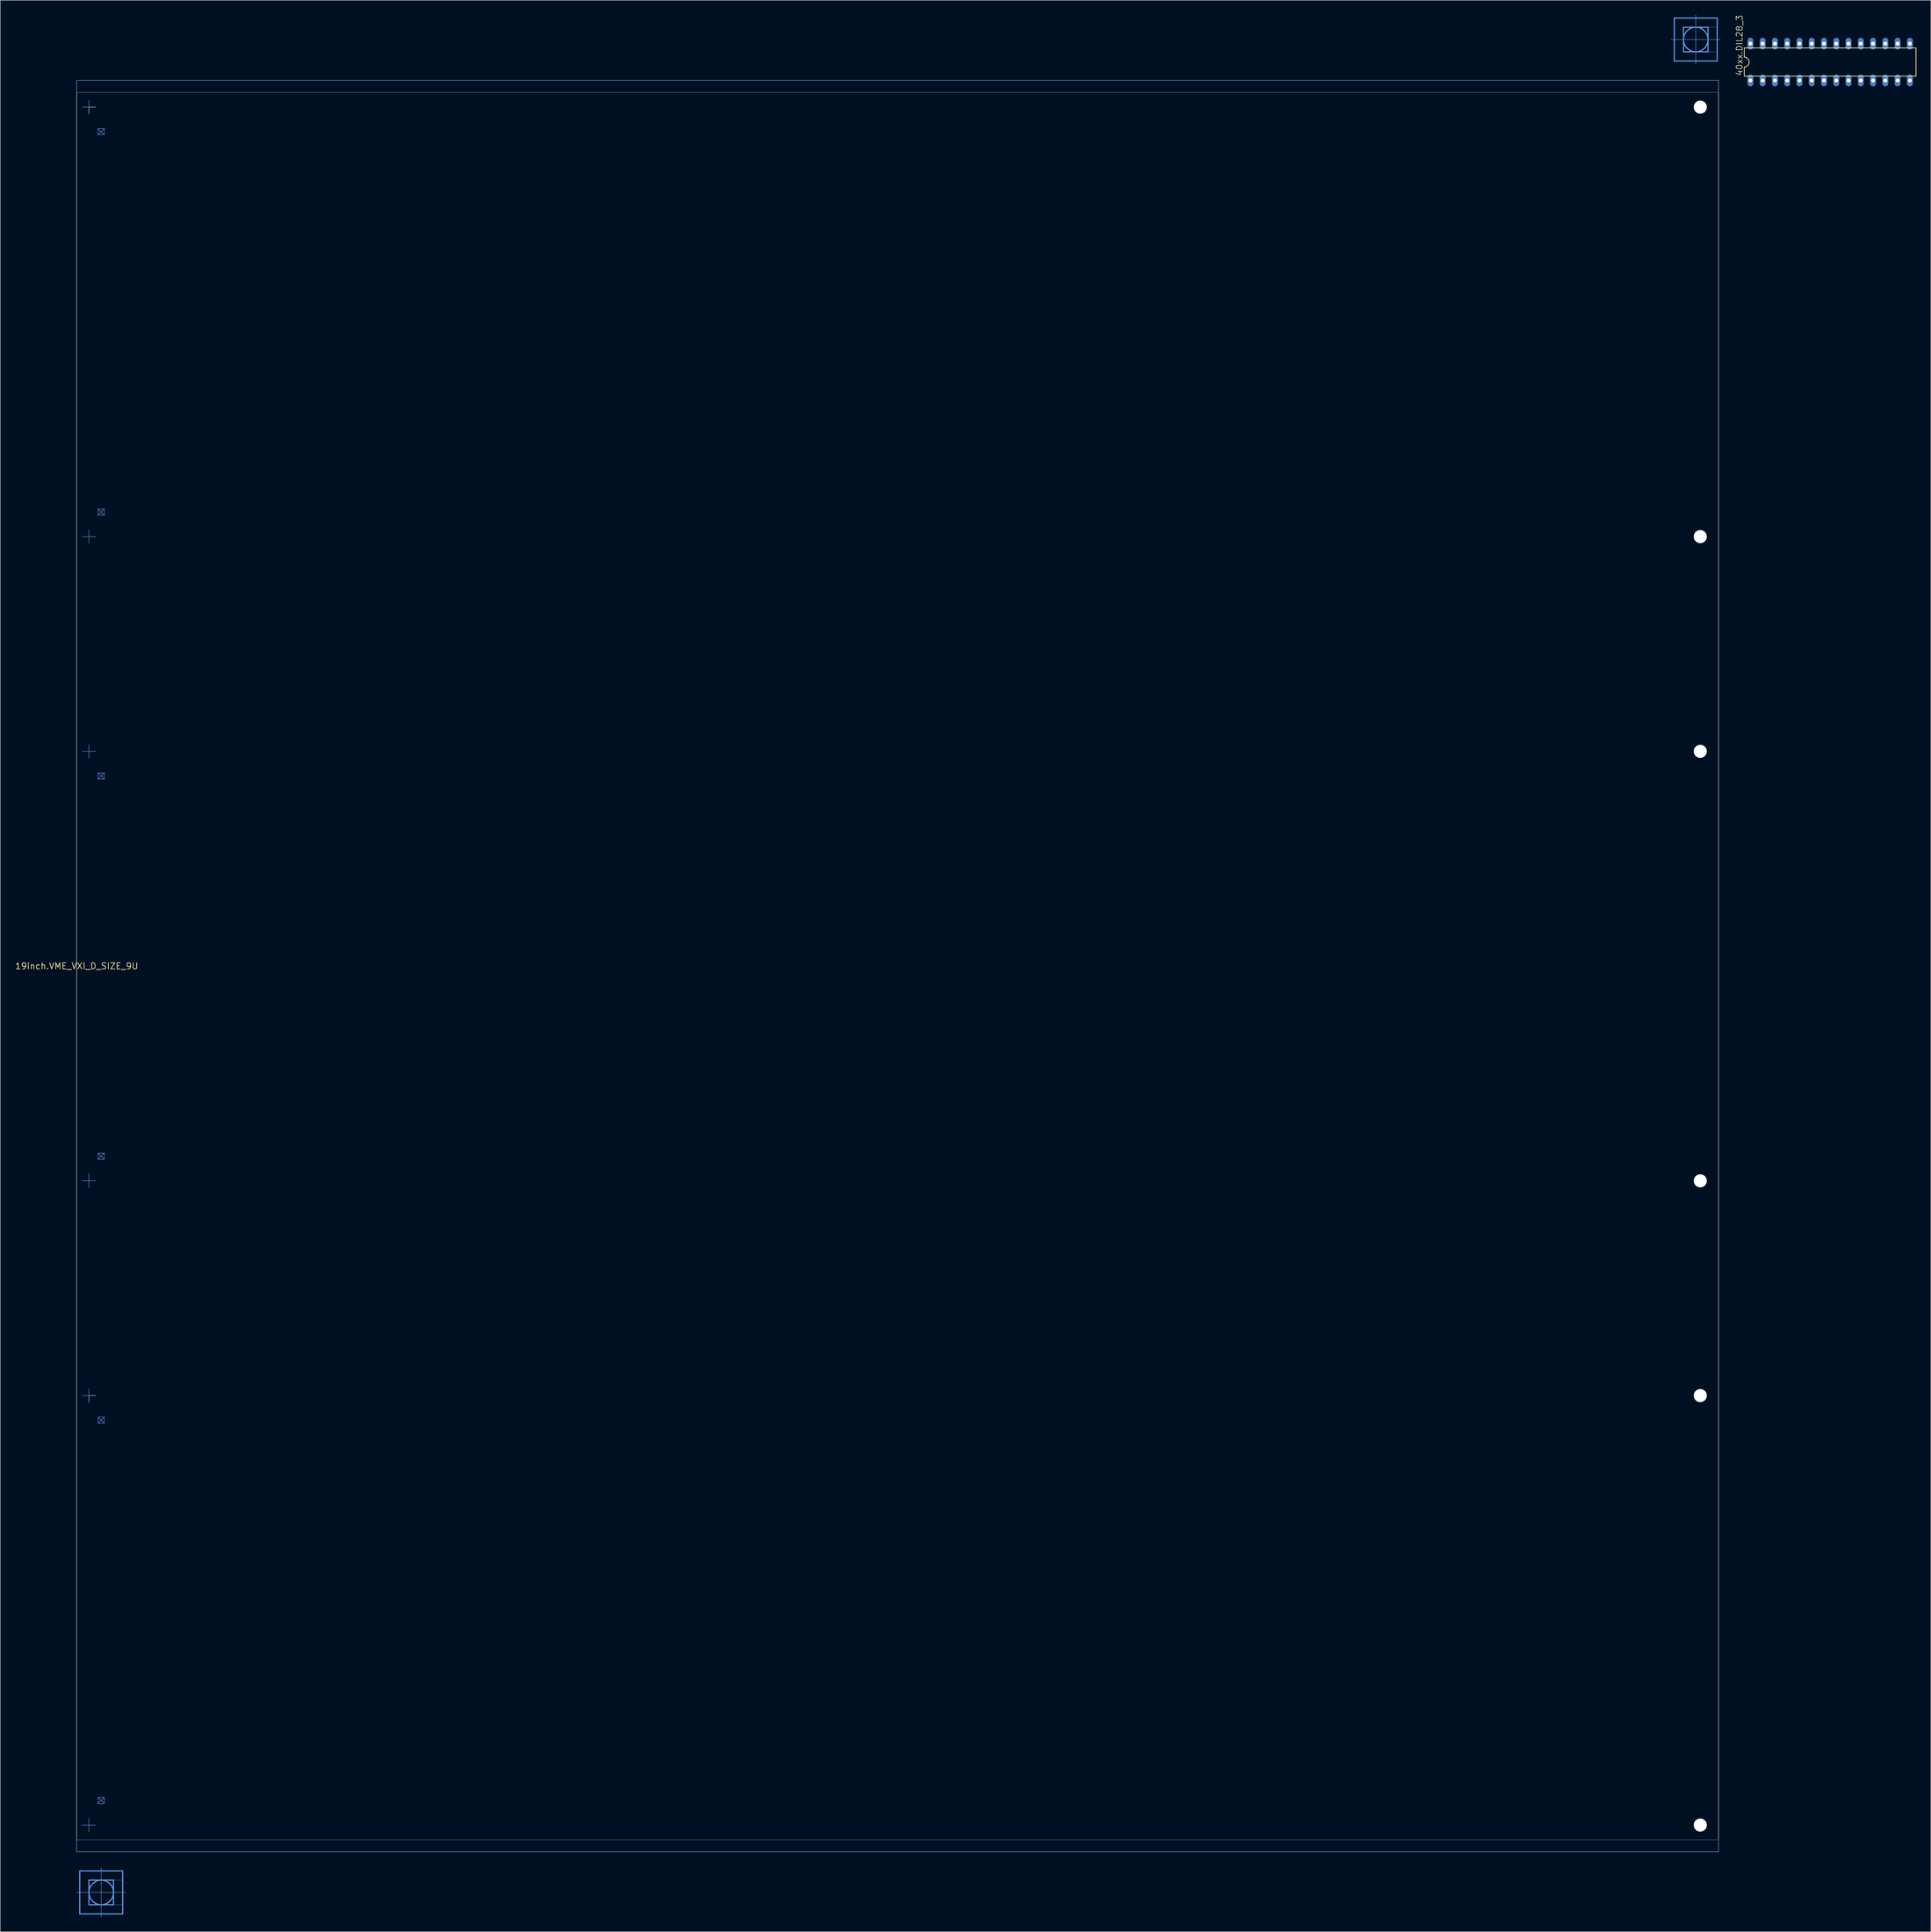
<source format=kicad_pcb>
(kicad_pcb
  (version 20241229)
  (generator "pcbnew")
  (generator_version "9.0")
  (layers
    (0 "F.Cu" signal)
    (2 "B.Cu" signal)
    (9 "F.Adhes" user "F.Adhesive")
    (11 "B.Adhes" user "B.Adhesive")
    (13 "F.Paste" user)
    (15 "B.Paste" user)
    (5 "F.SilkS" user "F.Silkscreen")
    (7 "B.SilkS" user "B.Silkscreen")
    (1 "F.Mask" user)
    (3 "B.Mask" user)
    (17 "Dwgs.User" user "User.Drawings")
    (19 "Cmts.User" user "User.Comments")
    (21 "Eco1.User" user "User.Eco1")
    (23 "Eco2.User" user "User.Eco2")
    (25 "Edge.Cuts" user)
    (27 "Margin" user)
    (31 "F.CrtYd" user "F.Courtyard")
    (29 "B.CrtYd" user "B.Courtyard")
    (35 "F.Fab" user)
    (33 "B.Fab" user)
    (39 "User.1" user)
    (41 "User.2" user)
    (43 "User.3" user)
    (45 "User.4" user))
  (footprint "19inch.VME_VXI_D_SIZE_9U"
    (layer "F.Cu")
    (at 12.828 196.926)
    (property "Reference" "19inch.VME_VXI_D_SIZE_9U" (at 0 0 0) (layer "F.SilkS") (effects (font (size 1.27 1.27) (thickness 0.15))))
    (fp_line (start 0 191.745) (end 0.635 191.745) (stroke (width 0.102) (type default)) (layer "Cmts.User"))
    (fp_line (start 0.635 187.3) (end 9.525 187.3) (stroke (width 0.254) (type default)) (layer "Cmts.User"))
    (fp_line (start 0.635 191.745) (end 0.635 187.3) (stroke (width 0.254) (type default)) (layer "Cmts.User"))
    (fp_line (start 0.635 191.745) (end 10.16 191.745) (stroke (width 0.102) (type default)) (layer "Cmts.User"))
    (fp_line (start 0.635 196.19) (end 0.635 191.745) (stroke (width 0.254) (type default)) (layer "Cmts.User"))
    (fp_line (start 2.534 -177.8) (end 1.137 -177.8) (stroke (width 0.1) (type default)) (layer "Cmts.User"))
    (fp_line (start 2.534 -177.8) (end 2.534 -179.197) (stroke (width 0.1) (type default)) (layer "Cmts.User"))
    (fp_line (start 2.534 -88.9) (end 1.137 -88.9) (stroke (width 0.1) (type default)) (layer "Cmts.User"))
    (fp_line (start 2.534 -88.9) (end 2.534 -90.297) (stroke (width 0.1) (type default)) (layer "Cmts.User"))
    (fp_line (start 2.534 -88.9) (end 2.534 -87.514) (stroke (width 0.1) (type default)) (layer "Cmts.User"))
    (fp_line (start 2.534 -88.9) (end 3.948 -88.9) (stroke (width 0.1) (type default)) (layer "Cmts.User"))
    (fp_line (start 2.534 -44.45) (end 1.087 -44.45) (stroke (width 0.1) (type default)) (layer "Cmts.User"))
    (fp_line (start 2.534 -44.45) (end 2.534 -45.897) (stroke (width 0.1) (type default)) (layer "Cmts.User"))
    (fp_line (start 2.534 -44.45) (end 2.534 -43.014) (stroke (width 0.1) (type default)) (layer "Cmts.User"))
    (fp_line (start 2.534 -44.45) (end 3.998 -44.45) (stroke (width 0.1) (type default)) (layer "Cmts.User"))
    (fp_line (start 2.534 44.45) (end 1.087 44.45) (stroke (width 0.1) (type default)) (layer "Cmts.User"))
    (fp_line (start 2.534 44.45) (end 2.534 42.986) (stroke (width 0.1) (type default)) (layer "Cmts.User"))
    (fp_line (start 2.534 44.45) (end 2.534 45.886) (stroke (width 0.1) (type default)) (layer "Cmts.User"))
    (fp_line (start 2.534 44.45) (end 3.992 44.45) (stroke (width 0.1) (type default)) (layer "Cmts.User"))
    (fp_line (start 2.534 88.9) (end 1.137 88.9) (stroke (width 0.1) (type default)) (layer "Cmts.User"))
    (fp_line (start 2.534 88.9) (end 2.534 87.503) (stroke (width 0.1) (type default)) (layer "Cmts.User"))
    (fp_line (start 2.534 177.8) (end 1.137 177.8) (stroke (width 0.1) (type default)) (layer "Cmts.User"))
    (fp_line (start 2.534 177.8) (end 2.534 176.403) (stroke (width 0.1) (type default)) (layer "Cmts.User"))
    (fp_line (start 2.534 177.8) (end 2.534 179.186) (stroke (width 0.1) (type default)) (layer "Cmts.User"))
    (fp_line (start 2.534 177.8) (end 3.948 177.8) (stroke (width 0.1) (type default)) (layer "Cmts.User"))
    (fp_line (start 2.54 189.205) (end 2.54 194.285) (stroke (width 0.254) (type default)) (layer "Cmts.User"))
    (fp_line (start 2.54 194.285) (end 7.62 194.285) (stroke (width 0.254) (type default)) (layer "Cmts.User"))
    (fp_line (start 4.445 -173.355) (end 5.715 -173.355) (stroke (width 0.1) (type default)) (layer "Cmts.User"))
    (fp_line (start 4.445 -173.355) (end 5.715 -172.085) (stroke (width 0.1) (type default)) (layer "Cmts.User"))
    (fp_line (start 4.445 -172.085) (end 4.445 -173.355) (stroke (width 0.1) (type default)) (layer "Cmts.User"))
    (fp_line (start 4.445 -172.085) (end 5.715 -173.355) (stroke (width 0.1) (type default)) (layer "Cmts.User"))
    (fp_line (start 4.445 -94.615) (end 5.715 -94.615) (stroke (width 0.1) (type default)) (layer "Cmts.User"))
    (fp_line (start 4.445 -94.615) (end 5.715 -93.345) (stroke (width 0.1) (type default)) (layer "Cmts.User"))
    (fp_line (start 4.445 -93.345) (end 4.445 -94.615) (stroke (width 0.1) (type default)) (layer "Cmts.User"))
    (fp_line (start 4.445 -93.345) (end 5.715 -94.615) (stroke (width 0.1) (type default)) (layer "Cmts.User"))
    (fp_line (start 4.445 -40.005) (end 5.715 -40.005) (stroke (width 0.1) (type default)) (layer "Cmts.User"))
    (fp_line (start 4.445 -40.005) (end 5.715 -38.735) (stroke (width 0.1) (type default)) (layer "Cmts.User"))
    (fp_line (start 4.445 -38.735) (end 4.445 -40.005) (stroke (width 0.1) (type default)) (layer "Cmts.User"))
    (fp_line (start 4.445 -38.735) (end 5.715 -40.005) (stroke (width 0.1) (type default)) (layer "Cmts.User"))
    (fp_line (start 4.445 38.735) (end 5.715 38.735) (stroke (width 0.1) (type default)) (layer "Cmts.User"))
    (fp_line (start 4.445 38.735) (end 5.715 40.005) (stroke (width 0.1) (type default)) (layer "Cmts.User"))
    (fp_line (start 4.445 40.005) (end 4.445 38.735) (stroke (width 0.1) (type default)) (layer "Cmts.User"))
    (fp_line (start 4.445 40.005) (end 5.715 38.735) (stroke (width 0.1) (type default)) (layer "Cmts.User"))
    (fp_line (start 4.445 93.345) (end 5.715 93.345) (stroke (width 0.1) (type default)) (layer "Cmts.User"))
    (fp_line (start 4.445 93.345) (end 5.715 94.615) (stroke (width 0.1) (type default)) (layer "Cmts.User"))
    (fp_line (start 4.445 94.615) (end 4.445 93.345) (stroke (width 0.1) (type default)) (layer "Cmts.User"))
    (fp_line (start 4.445 94.615) (end 5.715 93.345) (stroke (width 0.1) (type default)) (layer "Cmts.User"))
    (fp_line (start 4.445 172.085) (end 5.715 172.085) (stroke (width 0.1) (type default)) (layer "Cmts.User"))
    (fp_line (start 4.445 172.085) (end 5.715 173.355) (stroke (width 0.1) (type default)) (layer "Cmts.User"))
    (fp_line (start 4.445 173.355) (end 4.445 172.085) (stroke (width 0.1) (type default)) (layer "Cmts.User"))
    (fp_line (start 4.445 173.355) (end 5.715 172.085) (stroke (width 0.1) (type default)) (layer "Cmts.User"))
    (fp_line (start 5.08 196.825) (end 5.08 186.665) (stroke (width 0.102) (type default)) (layer "Cmts.User"))
    (fp_line (start 5.715 -173.355) (end 5.715 -172.085) (stroke (width 0.1) (type default)) (layer "Cmts.User"))
    (fp_line (start 5.715 -172.085) (end 4.445 -172.085) (stroke (width 0.1) (type default)) (layer "Cmts.User"))
    (fp_line (start 5.715 -94.615) (end 5.715 -93.345) (stroke (width 0.1) (type default)) (layer "Cmts.User"))
    (fp_line (start 5.715 -93.345) (end 4.445 -93.345) (stroke (width 0.1) (type default)) (layer "Cmts.User"))
    (fp_line (start 5.715 -40.005) (end 5.715 -38.735) (stroke (width 0.1) (type default)) (layer "Cmts.User"))
    (fp_line (start 5.715 -38.735) (end 4.445 -38.735) (stroke (width 0.1) (type default)) (layer "Cmts.User"))
    (fp_line (start 5.715 38.735) (end 5.715 40.005) (stroke (width 0.1) (type default)) (layer "Cmts.User"))
    (fp_line (start 5.715 40.005) (end 4.445 40.005) (stroke (width 0.1) (type default)) (layer "Cmts.User"))
    (fp_line (start 5.715 93.345) (end 5.715 94.615) (stroke (width 0.1) (type default)) (layer "Cmts.User"))
    (fp_line (start 5.715 94.615) (end 4.445 94.615) (stroke (width 0.1) (type default)) (layer "Cmts.User"))
    (fp_line (start 5.715 172.085) (end 5.715 173.355) (stroke (width 0.1) (type default)) (layer "Cmts.User"))
    (fp_line (start 5.715 173.355) (end 4.445 173.355) (stroke (width 0.1) (type default)) (layer "Cmts.User"))
    (fp_line (start 7.62 189.205) (end 2.54 189.205) (stroke (width 0.254) (type default)) (layer "Cmts.User"))
    (fp_line (start 7.62 194.285) (end 7.62 189.205) (stroke (width 0.254) (type default)) (layer "Cmts.User"))
    (fp_line (start 9.525 187.3) (end 9.525 196.19) (stroke (width 0.254) (type default)) (layer "Cmts.User"))
    (fp_line (start 9.525 196.19) (end 0.635 196.19) (stroke (width 0.254) (type default)) (layer "Cmts.User"))
    (fp_line (start 330.2 -191.795) (end 330.835 -191.795) (stroke (width 0.102) (type default)) (layer "Cmts.User"))
    (fp_line (start 330.835 -196.24) (end 339.725 -196.24) (stroke (width 0.254) (type default)) (layer "Cmts.User"))
    (fp_line (start 330.835 -191.795) (end 330.835 -196.24) (stroke (width 0.254) (type default)) (layer "Cmts.User"))
    (fp_line (start 330.835 -191.795) (end 340.36 -191.795) (stroke (width 0.102) (type default)) (layer "Cmts.User"))
    (fp_line (start 330.835 -187.35) (end 330.835 -191.795) (stroke (width 0.254) (type default)) (layer "Cmts.User"))
    (fp_line (start 332.74 -194.335) (end 332.74 -189.255) (stroke (width 0.254) (type default)) (layer "Cmts.User"))
    (fp_line (start 332.74 -189.255) (end 337.82 -189.255) (stroke (width 0.254) (type default)) (layer "Cmts.User"))
    (fp_line (start 335.28 -186.715) (end 335.28 -196.875) (stroke (width 0.102) (type default)) (layer "Cmts.User"))
    (fp_line (start 337.82 -194.335) (end 332.74 -194.335) (stroke (width 0.254) (type default)) (layer "Cmts.User"))
    (fp_line (start 337.82 -189.255) (end 337.82 -194.335) (stroke (width 0.254) (type default)) (layer "Cmts.User"))
    (fp_line (start 339.725 -196.24) (end 339.725 -187.35) (stroke (width 0.254) (type default)) (layer "Cmts.User"))
    (fp_line (start 339.725 -187.35) (end 330.835 -187.35) (stroke (width 0.254) (type default)) (layer "Cmts.User"))
    (fp_rect (start -0.006 -180.85) (end 339.994 -183.35) (stroke (width 0.05) (type default)) (fill no) (layer "Cmts.User"))
    (fp_rect (start -0.006 -180.85) (end 339.994 -183.35) (stroke (width 0.05) (type default)) (fill no) (layer "Cmts.User"))
    (fp_rect (start -0.006 183.35) (end 339.994 180.85) (stroke (width 0.05) (type default)) (fill no) (layer "Cmts.User"))
    (fp_rect (start -0.006 183.35) (end 339.994 180.85) (stroke (width 0.05) (type default)) (fill no) (layer "Cmts.User"))
    (fp_rect (start 5.08 189.205) (end 9.525 187.3) (stroke (width 0.05) (type default)) (fill no) (layer "Cmts.User"))
    (fp_rect (start 5.08 196.19) (end 9.525 194.285) (stroke (width 0.05) (type default)) (fill no) (layer "Cmts.User"))
    (fp_rect (start 7.62 194.285) (end 9.525 189.205) (stroke (width 0.05) (type default)) (fill no) (layer "Cmts.User"))
    (fp_rect (start 335.28 -194.335) (end 339.725 -196.24) (stroke (width 0.05) (type default)) (fill no) (layer "Cmts.User"))
    (fp_rect (start 335.28 -187.35) (end 339.725 -189.255) (stroke (width 0.05) (type default)) (fill no) (layer "Cmts.User"))
    (fp_rect (start 337.82 -189.255) (end 339.725 -194.335) (stroke (width 0.05) (type default)) (fill no) (layer "Cmts.User"))
    (fp_circle (center 2.534 -177.8) (end 3.931 -177.8) (stroke (width 0.001) (type default)) (fill no) (layer "Cmts.User"))
    (fp_circle (center 2.534 -88.9) (end 3.931 -88.9) (stroke (width 0.001) (type default)) (fill no) (layer "Cmts.User"))
    (fp_circle (center 2.534 -44.45) (end 3.931 -44.45) (stroke (width 0.001) (type default)) (fill no) (layer "Cmts.User"))
    (fp_circle (center 2.534 44.45) (end 3.931 44.45) (stroke (width 0.001) (type default)) (fill no) (layer "Cmts.User"))
    (fp_circle (center 2.534 88.9) (end 3.931 88.9) (stroke (width 0.001) (type default)) (fill no) (layer "Cmts.User"))
    (fp_circle (center 2.534 177.8) (end 3.931 177.8) (stroke (width 0.001) (type default)) (fill no) (layer "Cmts.User"))
    (fp_circle (center 5.08 191.745) (end 7.62 191.745) (stroke (width 0.254) (type default)) (fill no) (layer "Cmts.User"))
    (fp_circle (center 335.28 -191.795) (end 337.82 -191.795) (stroke (width 0.254) (type default)) (fill no) (layer "Cmts.User"))
    (fp_line (start -0.006 -183.35) (end -0.006 183.35) (stroke (width 0.1) (type default)) (layer "Edge.Cuts"))
    (fp_line (start 2.534 -177.8) (end 2.534 -176.414) (stroke (width 0.1) (type default)) (layer "Edge.Cuts"))
    (fp_line (start 2.534 -177.8) (end 3.948 -177.8) (stroke (width 0.1) (type default)) (layer "Edge.Cuts"))
    (fp_line (start 2.534 88.9) (end 2.534 90.286) (stroke (width 0.1) (type default)) (layer "Edge.Cuts"))
    (fp_line (start 2.534 88.9) (end 3.948 88.9) (stroke (width 0.1) (type default)) (layer "Edge.Cuts"))
    (fp_line (start 339.994 -183.35) (end -0.006 -183.35) (stroke (width 0.1) (type default)) (layer "Edge.Cuts"))
    (fp_line (start 339.994 -183.35) (end 339.994 183.35) (stroke (width 0.1) (type default)) (layer "Edge.Cuts"))
    (fp_line (start 339.994 183.35) (end -0.006 183.35) (stroke (width 0.1) (type default)) (layer "Edge.Cuts"))
    (pad "" np_thru_hole circle (at 336.214 -177.8) (size 2.7 2.7) (drill 2.7) (layers "*.Cu" "*.Mask"))
    (pad "" np_thru_hole circle (at 336.214 -177.8) (size 2.7 2.7) (drill 2.7) (layers "*.Cu" "*.Mask"))
    (pad "" np_thru_hole circle (at 336.214 -88.9) (size 2.7 2.7) (drill 2.7) (layers "*.Cu" "*.Mask"))
    (pad "" np_thru_hole circle (at 336.214 -88.9) (size 2.7 2.7) (drill 2.7) (layers "*.Cu" "*.Mask"))
    (pad "" np_thru_hole circle (at 336.214 -44.45) (size 2.7 2.7) (drill 2.7) (layers "*.Cu" "*.Mask"))
    (pad "" np_thru_hole circle (at 336.214 -44.45) (size 2.7 2.7) (drill 2.7) (layers "*.Cu" "*.Mask"))
    (pad "" np_thru_hole circle (at 336.214 44.45) (size 2.7 2.7) (drill 2.7) (layers "*.Cu" "*.Mask"))
    (pad "" np_thru_hole circle (at 336.214 44.45) (size 2.7 2.7) (drill 2.7) (layers "*.Cu" "*.Mask"))
    (pad "" np_thru_hole circle (at 336.214 88.9) (size 2.7 2.7) (drill 2.7) (layers "*.Cu" "*.Mask"))
    (pad "" np_thru_hole circle (at 336.214 88.9) (size 2.7 2.7) (drill 2.7) (layers "*.Cu" "*.Mask"))
    (pad "" np_thru_hole circle (at 336.214 177.8) (size 2.7 2.7) (drill 2.7) (layers "*.Cu" "*.Mask"))
    (pad "" np_thru_hole circle (at 336.214 177.8) (size 2.7 2.7) (drill 2.7) (layers "*.Cu" "*.Mask")))
  (footprint "40xx.DIL28_3"
    (layer "F.Cu")
    (at 375.933 9.794)
    (property "Reference" "40xx.DIL28_3" (at -18.034 2.921 90) (layer "F.SilkS") (effects (font (size 1.27 1.27) (thickness 0.13)) (justify left bottom)))
    (attr through_hole)
    (fp_line (start -17.78 -2.921) (end -17.78 -1.016) (stroke (width 0.152) (type default)) (layer "F.SilkS"))
    (fp_line (start -17.78 2.921) (end -17.78 1.016) (stroke (width 0.152) (type default)) (layer "F.SilkS"))
    (fp_line (start -17.78 2.921) (end 17.78 2.921) (stroke (width 0.152) (type default)) (layer "F.SilkS"))
    (fp_line (start 17.78 -2.921) (end -17.78 -2.921) (stroke (width 0.152) (type default)) (layer "F.SilkS"))
    (fp_line (start 17.78 -2.921) (end 17.78 2.921) (stroke (width 0.152) (type default)) (layer "F.SilkS"))
    (fp_arc (start -17.78 -1.016) (mid -16.764 0) (end -17.78 1.016) (stroke (width 0.1524) (type default)) (layer "F.SilkS"))
    (pad "1" thru_hole oval (at -16.51 3.81 90) (size 2.438 1.219) (drill 0.813) (layers "*.Cu" "*.Mask"))
    (pad "2" thru_hole oval (at -13.97 3.81 90) (size 2.438 1.219) (drill 0.813) (layers "*.Cu" "*.Mask"))
    (pad "3" thru_hole oval (at -11.43 3.81 90) (size 2.438 1.219) (drill 0.813) (layers "*.Cu" "*.Mask"))
    (pad "4" thru_hole oval (at -8.89 3.81 90) (size 2.438 1.219) (drill 0.813) (layers "*.Cu" "*.Mask"))
    (pad "5" thru_hole oval (at -6.35 3.81 90) (size 2.438 1.219) (drill 0.813) (layers "*.Cu" "*.Mask"))
    (pad "6" thru_hole oval (at -3.81 3.81 90) (size 2.438 1.219) (drill 0.813) (layers "*.Cu" "*.Mask"))
    (pad "7" thru_hole oval (at -1.27 3.81 90) (size 2.438 1.219) (drill 0.813) (layers "*.Cu" "*.Mask"))
    (pad "8" thru_hole oval (at 1.27 3.81 90) (size 2.438 1.219) (drill 0.813) (layers "*.Cu" "*.Mask"))
    (pad "9" thru_hole oval (at 3.81 3.81 90) (size 2.438 1.219) (drill 0.813) (layers "*.Cu" "*.Mask"))
    (pad "10" thru_hole oval (at 6.35 3.81 90) (size 2.438 1.219) (drill 0.813) (layers "*.Cu" "*.Mask"))
    (pad "11" thru_hole oval (at 8.89 3.81 90) (size 2.438 1.219) (drill 0.813) (layers "*.Cu" "*.Mask"))
    (pad "12" thru_hole oval (at 11.43 3.81 90) (size 2.438 1.219) (drill 0.813) (layers "*.Cu" "*.Mask"))
    (pad "13" thru_hole oval (at 13.97 3.81 90) (size 2.438 1.219) (drill 0.813) (layers "*.Cu" "*.Mask"))
    (pad "14" thru_hole oval (at 16.51 3.81 90) (size 2.438 1.219) (drill 0.813) (layers "*.Cu" "*.Mask"))
    (pad "15" thru_hole oval (at 16.51 -3.81 90) (size 2.438 1.219) (drill 0.813) (layers "*.Cu" "*.Mask"))
    (pad "16" thru_hole oval (at 13.97 -3.81 90) (size 2.438 1.219) (drill 0.813) (layers "*.Cu" "*.Mask"))
    (pad "17" thru_hole oval (at 11.43 -3.81 90) (size 2.438 1.219) (drill 0.813) (layers "*.Cu" "*.Mask"))
    (pad "18" thru_hole oval (at 8.89 -3.81 90) (size 2.438 1.219) (drill 0.813) (layers "*.Cu" "*.Mask"))
    (pad "19" thru_hole oval (at 6.35 -3.81 90) (size 2.438 1.219) (drill 0.813) (layers "*.Cu" "*.Mask"))
    (pad "20" thru_hole oval (at 3.81 -3.81 90) (size 2.438 1.219) (drill 0.813) (layers "*.Cu" "*.Mask"))
    (pad "21" thru_hole oval (at 1.27 -3.81 90) (size 2.438 1.219) (drill 0.813) (layers "*.Cu" "*.Mask"))
    (pad "22" thru_hole oval (at -1.27 -3.81 90) (size 2.438 1.219) (drill 0.813) (layers "*.Cu" "*.Mask"))
    (pad "23" thru_hole oval (at -3.81 -3.81 90) (size 2.438 1.219) (drill 0.813) (layers "*.Cu" "*.Mask"))
    (pad "24" thru_hole oval (at -6.35 -3.81 90) (size 2.438 1.219) (drill 0.813) (layers "*.Cu" "*.Mask"))
    (pad "25" thru_hole oval (at -8.89 -3.81 90) (size 2.438 1.219) (drill 0.813) (layers "*.Cu" "*.Mask"))
    (pad "26" thru_hole oval (at -11.43 -3.81 90) (size 2.438 1.219) (drill 0.813) (layers "*.Cu" "*.Mask"))
    (pad "27" thru_hole oval (at -13.97 -3.81 90) (size 2.438 1.219) (drill 0.813) (layers "*.Cu" "*.Mask"))
    (pad "28" thru_hole oval (at -16.51 -3.81 90) (size 2.438 1.219) (drill 0.813) (layers "*.Cu" "*.Mask")))
  (gr_rect
    (start -3 -3)
    (end 396.789 396.802)
    (stroke (width 0.1) (type default))
    (fill no)
    (layer "Edge.Cuts")))
</source>
